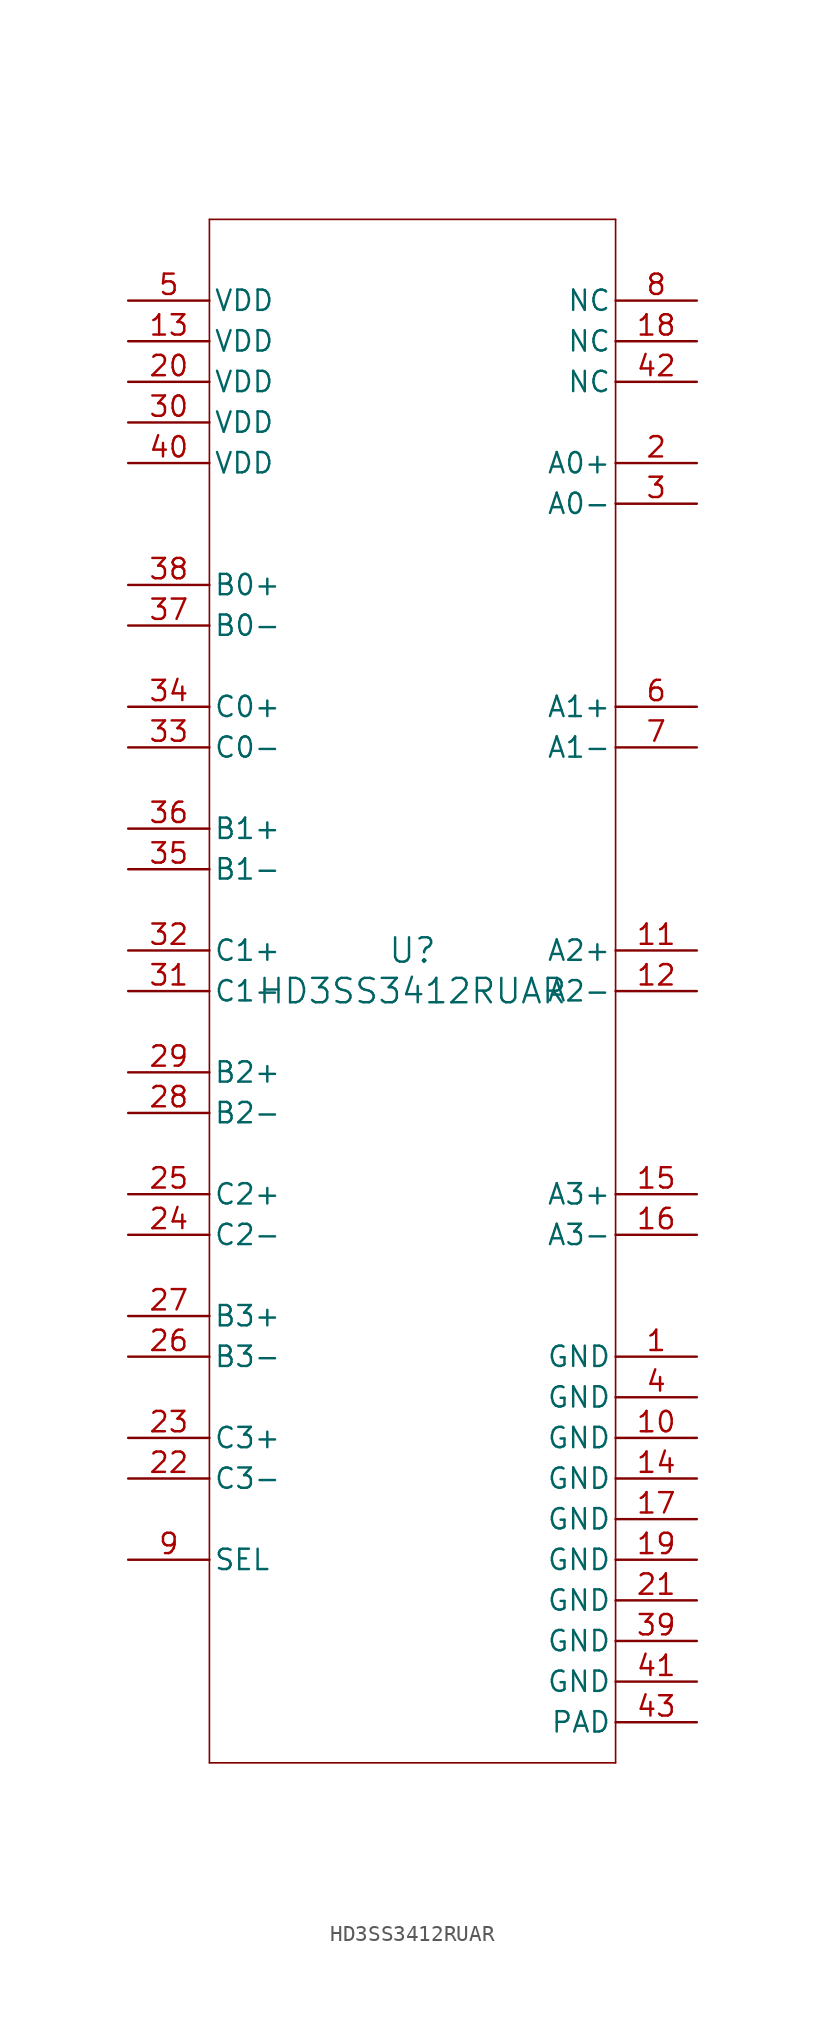
<source format=kicad_sym>
(kicad_symbol_lib
  (version 20211014)
  (generator kicad_symbol_editor)
  (symbol "HD3SS3412RUAR"
    (pin_names
      (offset 0.254))
    (property "Reference" "U"
      (at 0 2.54 0)
      (effects (font (size 1.524 1.524))))
    (property "Value" "HD3SS3412RUAR"
      (at 0 0 0)
      (effects (font (size 1.524 1.524))))
    (symbol "HD3SS3412RUAR_0_1"
      (polyline (pts (xy -12.7 -48.26) (xy 12.7 -48.26)) (stroke (width 0.102) (type default) (color 0 0 0 0)) (fill (type none)))
      (polyline (pts (xy 12.7 -48.26) (xy 12.7 48.26)) (stroke (width 0.102) (type default) (color 0 0 0 0)) (fill (type none)))
      (polyline (pts (xy 12.7 48.26) (xy -12.7 48.26)) (stroke (width 0.102) (type default) (color 0 0 0 0)) (fill (type none)))
      (polyline (pts (xy -12.7 48.26) (xy -12.7 -48.26)) (stroke (width 0.102) (type default) (color 0 0 0 0)) (fill (type none)))
      (pin power_in line (at 17.78 -22.86 180) (length 5.08) (name "GND" (effects (font (size 1.27 1.27)))) (number "1" (effects (font (size 1.27 1.27)))))
      (pin bidirectional line (at 17.78 33.02 180) (length 5.08) (name "A0+" (effects (font (size 1.27 1.27)))) (number "2" (effects (font (size 1.27 1.27)))))
      (pin bidirectional line (at 17.78 30.48 180) (length 5.08) (name "A0-" (effects (font (size 1.27 1.27)))) (number "3" (effects (font (size 1.27 1.27)))))
      (pin power_in line (at 17.78 -25.4 180) (length 5.08) (name "GND" (effects (font (size 1.27 1.27)))) (number "4" (effects (font (size 1.27 1.27)))))
      (pin power_in line (at -17.78 43.18 0) (length 5.08) (name "VDD" (effects (font (size 1.27 1.27)))) (number "5" (effects (font (size 1.27 1.27)))))
      (pin bidirectional line (at 17.78 17.78 180) (length 5.08) (name "A1+" (effects (font (size 1.27 1.27)))) (number "6" (effects (font (size 1.27 1.27)))))
      (pin bidirectional line (at 17.78 15.24 180) (length 5.08) (name "A1-" (effects (font (size 1.27 1.27)))) (number "7" (effects (font (size 1.27 1.27)))))
      (pin unspecified line (at 17.78 43.18 180) (length 5.08) (name "NC" (effects (font (size 1.27 1.27)))) (number "8" (effects (font (size 1.27 1.27)))))
      (pin input line (at -17.78 -35.56 0) (length 5.08) (name "SEL" (effects (font (size 1.27 1.27)))) (number "9" (effects (font (size 1.27 1.27)))))
      (pin power_in line (at 17.78 -27.94 180) (length 5.08) (name "GND" (effects (font (size 1.27 1.27)))) (number "10" (effects (font (size 1.27 1.27)))))
      (pin bidirectional line (at 17.78 2.54 180) (length 5.08) (name "A2+" (effects (font (size 1.27 1.27)))) (number "11" (effects (font (size 1.27 1.27)))))
      (pin bidirectional line (at 17.78 0 180) (length 5.08) (name "A2-" (effects (font (size 1.27 1.27)))) (number "12" (effects (font (size 1.27 1.27)))))
      (pin power_in line (at -17.78 40.64 0) (length 5.08) (name "VDD" (effects (font (size 1.27 1.27)))) (number "13" (effects (font (size 1.27 1.27)))))
      (pin power_in line (at 17.78 -30.48 180) (length 5.08) (name "GND" (effects (font (size 1.27 1.27)))) (number "14" (effects (font (size 1.27 1.27)))))
      (pin bidirectional line (at 17.78 -12.7 180) (length 5.08) (name "A3+" (effects (font (size 1.27 1.27)))) (number "15" (effects (font (size 1.27 1.27)))))
      (pin bidirectional line (at 17.78 -15.24 180) (length 5.08) (name "A3-" (effects (font (size 1.27 1.27)))) (number "16" (effects (font (size 1.27 1.27)))))
      (pin power_in line (at 17.78 -33.02 180) (length 5.08) (name "GND" (effects (font (size 1.27 1.27)))) (number "17" (effects (font (size 1.27 1.27)))))
      (pin unspecified line (at 17.78 40.64 180) (length 5.08) (name "NC" (effects (font (size 1.27 1.27)))) (number "18" (effects (font (size 1.27 1.27)))))
      (pin power_in line (at 17.78 -35.56 180) (length 5.08) (name "GND" (effects (font (size 1.27 1.27)))) (number "19" (effects (font (size 1.27 1.27)))))
      (pin power_in line (at -17.78 38.1 0) (length 5.08) (name "VDD" (effects (font (size 1.27 1.27)))) (number "20" (effects (font (size 1.27 1.27)))))
      (pin power_in line (at 17.78 -38.1 180) (length 5.08) (name "GND" (effects (font (size 1.27 1.27)))) (number "21" (effects (font (size 1.27 1.27)))))
      (pin bidirectional line (at -17.78 -30.48 0) (length 5.08) (name "C3-" (effects (font (size 1.27 1.27)))) (number "22" (effects (font (size 1.27 1.27)))))
      (pin bidirectional line (at -17.78 -27.94 0) (length 5.08) (name "C3+" (effects (font (size 1.27 1.27)))) (number "23" (effects (font (size 1.27 1.27)))))
      (pin bidirectional line (at -17.78 -15.24 0) (length 5.08) (name "C2-" (effects (font (size 1.27 1.27)))) (number "24" (effects (font (size 1.27 1.27)))))
      (pin bidirectional line (at -17.78 -12.7 0) (length 5.08) (name "C2+" (effects (font (size 1.27 1.27)))) (number "25" (effects (font (size 1.27 1.27)))))
      (pin bidirectional line (at -17.78 -22.86 0) (length 5.08) (name "B3-" (effects (font (size 1.27 1.27)))) (number "26" (effects (font (size 1.27 1.27)))))
      (pin bidirectional line (at -17.78 -20.32 0) (length 5.08) (name "B3+" (effects (font (size 1.27 1.27)))) (number "27" (effects (font (size 1.27 1.27)))))
      (pin bidirectional line (at -17.78 -7.62 0) (length 5.08) (name "B2-" (effects (font (size 1.27 1.27)))) (number "28" (effects (font (size 1.27 1.27)))))
      (pin bidirectional line (at -17.78 -5.08 0) (length 5.08) (name "B2+" (effects (font (size 1.27 1.27)))) (number "29" (effects (font (size 1.27 1.27)))))
      (pin power_in line (at -17.78 35.56 0) (length 5.08) (name "VDD" (effects (font (size 1.27 1.27)))) (number "30" (effects (font (size 1.27 1.27)))))
      (pin bidirectional line (at -17.78 0 0) (length 5.08) (name "C1-" (effects (font (size 1.27 1.27)))) (number "31" (effects (font (size 1.27 1.27)))))
      (pin bidirectional line (at -17.78 2.54 0) (length 5.08) (name "C1+" (effects (font (size 1.27 1.27)))) (number "32" (effects (font (size 1.27 1.27)))))
      (pin bidirectional line (at -17.78 15.24 0) (length 5.08) (name "C0-" (effects (font (size 1.27 1.27)))) (number "33" (effects (font (size 1.27 1.27)))))
      (pin bidirectional line (at -17.78 17.78 0) (length 5.08) (name "C0+" (effects (font (size 1.27 1.27)))) (number "34" (effects (font (size 1.27 1.27)))))
      (pin bidirectional line (at -17.78 7.62 0) (length 5.08) (name "B1-" (effects (font (size 1.27 1.27)))) (number "35" (effects (font (size 1.27 1.27)))))
      (pin bidirectional line (at -17.78 10.16 0) (length 5.08) (name "B1+" (effects (font (size 1.27 1.27)))) (number "36" (effects (font (size 1.27 1.27)))))
      (pin bidirectional line (at -17.78 22.86 0) (length 5.08) (name "B0-" (effects (font (size 1.27 1.27)))) (number "37" (effects (font (size 1.27 1.27)))))
      (pin bidirectional line (at -17.78 25.4 0) (length 5.08) (name "B0+" (effects (font (size 1.27 1.27)))) (number "38" (effects (font (size 1.27 1.27)))))
      (pin power_in line (at 17.78 -40.64 180) (length 5.08) (name "GND" (effects (font (size 1.27 1.27)))) (number "39" (effects (font (size 1.27 1.27)))))
      (pin power_in line (at -17.78 33.02 0) (length 5.08) (name "VDD" (effects (font (size 1.27 1.27)))) (number "40" (effects (font (size 1.27 1.27)))))
      (pin power_in line (at 17.78 -43.18 180) (length 5.08) (name "GND" (effects (font (size 1.27 1.27)))) (number "41" (effects (font (size 1.27 1.27)))))
      (pin unspecified line (at 17.78 38.1 180) (length 5.08) (name "NC" (effects (font (size 1.27 1.27)))) (number "42" (effects (font (size 1.27 1.27)))))
      (pin power_in line (at 17.78 -45.72 180) (length 5.08) (name "PAD" (effects (font (size 1.27 1.27)))) (number "43" (effects (font (size 1.27 1.27))))))))
</source>
